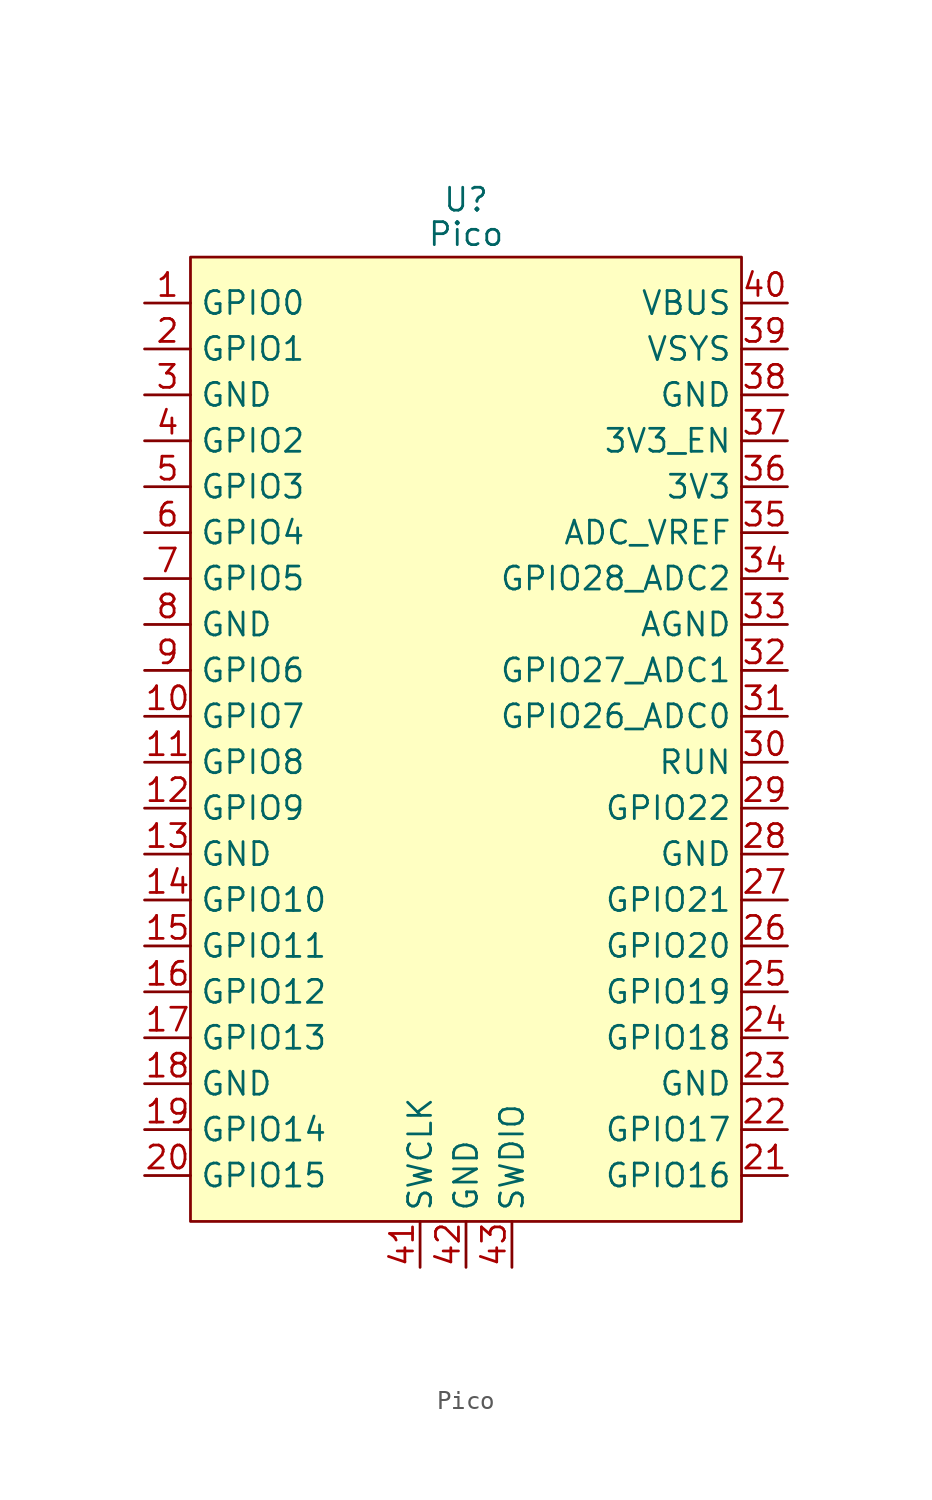
<source format=kicad_sym>
(kicad_symbol_lib
  (version 20211014)
  (generator kicad_symbol_editor)
  (symbol "Pico"
    (property "Reference" "U"
      (at 0 29.845 0)
      (effects (font (size 1.27 1.27))))
    (property "Value" "Pico"
      (at 0 27.94 0)
      (effects (font (size 1.27 1.27))))
    (symbol "Pico_0_1"
      (rectangle (start -15.24 26.67) (end 15.24 -26.67) (stroke (width 0) (type default) (color 0 0 0 0)) (fill (type background))))
    (symbol "Pico_1_1"
      (pin bidirectional line (at -17.78 24.13 0) (length 2.54) (name "GPIO0" (effects (font (size 1.27 1.27)))) (number "1" (effects (font (size 1.27 1.27)))))
      (pin bidirectional line (at -17.78 1.27 0) (length 2.54) (name "GPIO7" (effects (font (size 1.27 1.27)))) (number "10" (effects (font (size 1.27 1.27)))))
      (pin bidirectional line (at -17.78 -1.27 0) (length 2.54) (name "GPIO8" (effects (font (size 1.27 1.27)))) (number "11" (effects (font (size 1.27 1.27)))))
      (pin bidirectional line (at -17.78 -3.81 0) (length 2.54) (name "GPIO9" (effects (font (size 1.27 1.27)))) (number "12" (effects (font (size 1.27 1.27)))))
      (pin power_in line (at -17.78 -6.35 0) (length 2.54) (name "GND" (effects (font (size 1.27 1.27)))) (number "13" (effects (font (size 1.27 1.27)))))
      (pin bidirectional line (at -17.78 -8.89 0) (length 2.54) (name "GPIO10" (effects (font (size 1.27 1.27)))) (number "14" (effects (font (size 1.27 1.27)))))
      (pin bidirectional line (at -17.78 -11.43 0) (length 2.54) (name "GPIO11" (effects (font (size 1.27 1.27)))) (number "15" (effects (font (size 1.27 1.27)))))
      (pin bidirectional line (at -17.78 -13.97 0) (length 2.54) (name "GPIO12" (effects (font (size 1.27 1.27)))) (number "16" (effects (font (size 1.27 1.27)))))
      (pin bidirectional line (at -17.78 -16.51 0) (length 2.54) (name "GPIO13" (effects (font (size 1.27 1.27)))) (number "17" (effects (font (size 1.27 1.27)))))
      (pin power_in line (at -17.78 -19.05 0) (length 2.54) (name "GND" (effects (font (size 1.27 1.27)))) (number "18" (effects (font (size 1.27 1.27)))))
      (pin bidirectional line (at -17.78 -21.59 0) (length 2.54) (name "GPIO14" (effects (font (size 1.27 1.27)))) (number "19" (effects (font (size 1.27 1.27)))))
      (pin bidirectional line (at -17.78 21.59 0) (length 2.54) (name "GPIO1" (effects (font (size 1.27 1.27)))) (number "2" (effects (font (size 1.27 1.27)))))
      (pin bidirectional line (at -17.78 -24.13 0) (length 2.54) (name "GPIO15" (effects (font (size 1.27 1.27)))) (number "20" (effects (font (size 1.27 1.27)))))
      (pin bidirectional line (at 17.78 -24.13 180) (length 2.54) (name "GPIO16" (effects (font (size 1.27 1.27)))) (number "21" (effects (font (size 1.27 1.27)))))
      (pin bidirectional line (at 17.78 -21.59 180) (length 2.54) (name "GPIO17" (effects (font (size 1.27 1.27)))) (number "22" (effects (font (size 1.27 1.27)))))
      (pin power_in line (at 17.78 -19.05 180) (length 2.54) (name "GND" (effects (font (size 1.27 1.27)))) (number "23" (effects (font (size 1.27 1.27)))))
      (pin bidirectional line (at 17.78 -16.51 180) (length 2.54) (name "GPIO18" (effects (font (size 1.27 1.27)))) (number "24" (effects (font (size 1.27 1.27)))))
      (pin bidirectional line (at 17.78 -13.97 180) (length 2.54) (name "GPIO19" (effects (font (size 1.27 1.27)))) (number "25" (effects (font (size 1.27 1.27)))))
      (pin bidirectional line (at 17.78 -11.43 180) (length 2.54) (name "GPIO20" (effects (font (size 1.27 1.27)))) (number "26" (effects (font (size 1.27 1.27)))))
      (pin bidirectional line (at 17.78 -8.89 180) (length 2.54) (name "GPIO21" (effects (font (size 1.27 1.27)))) (number "27" (effects (font (size 1.27 1.27)))))
      (pin power_in line (at 17.78 -6.35 180) (length 2.54) (name "GND" (effects (font (size 1.27 1.27)))) (number "28" (effects (font (size 1.27 1.27)))))
      (pin bidirectional line (at 17.78 -3.81 180) (length 2.54) (name "GPIO22" (effects (font (size 1.27 1.27)))) (number "29" (effects (font (size 1.27 1.27)))))
      (pin power_in line (at -17.78 19.05 0) (length 2.54) (name "GND" (effects (font (size 1.27 1.27)))) (number "3" (effects (font (size 1.27 1.27)))))
      (pin input line (at 17.78 -1.27 180) (length 2.54) (name "RUN" (effects (font (size 1.27 1.27)))) (number "30" (effects (font (size 1.27 1.27)))))
      (pin bidirectional line (at 17.78 1.27 180) (length 2.54) (name "GPIO26_ADC0" (effects (font (size 1.27 1.27)))) (number "31" (effects (font (size 1.27 1.27)))))
      (pin bidirectional line (at 17.78 3.81 180) (length 2.54) (name "GPIO27_ADC1" (effects (font (size 1.27 1.27)))) (number "32" (effects (font (size 1.27 1.27)))))
      (pin power_in line (at 17.78 6.35 180) (length 2.54) (name "AGND" (effects (font (size 1.27 1.27)))) (number "33" (effects (font (size 1.27 1.27)))))
      (pin bidirectional line (at 17.78 8.89 180) (length 2.54) (name "GPIO28_ADC2" (effects (font (size 1.27 1.27)))) (number "34" (effects (font (size 1.27 1.27)))))
      (pin power_in line (at 17.78 11.43 180) (length 2.54) (name "ADC_VREF" (effects (font (size 1.27 1.27)))) (number "35" (effects (font (size 1.27 1.27)))))
      (pin power_in line (at 17.78 13.97 180) (length 2.54) (name "3V3" (effects (font (size 1.27 1.27)))) (number "36" (effects (font (size 1.27 1.27)))))
      (pin input line (at 17.78 16.51 180) (length 2.54) (name "3V3_EN" (effects (font (size 1.27 1.27)))) (number "37" (effects (font (size 1.27 1.27)))))
      (pin bidirectional line (at 17.78 19.05 180) (length 2.54) (name "GND" (effects (font (size 1.27 1.27)))) (number "38" (effects (font (size 1.27 1.27)))))
      (pin power_in line (at 17.78 21.59 180) (length 2.54) (name "VSYS" (effects (font (size 1.27 1.27)))) (number "39" (effects (font (size 1.27 1.27)))))
      (pin bidirectional line (at -17.78 16.51 0) (length 2.54) (name "GPIO2" (effects (font (size 1.27 1.27)))) (number "4" (effects (font (size 1.27 1.27)))))
      (pin power_in line (at 17.78 24.13 180) (length 2.54) (name "VBUS" (effects (font (size 1.27 1.27)))) (number "40" (effects (font (size 1.27 1.27)))))
      (pin input line (at -2.54 -29.21 90) (length 2.54) (name "SWCLK" (effects (font (size 1.27 1.27)))) (number "41" (effects (font (size 1.27 1.27)))))
      (pin power_in line (at 0 -29.21 90) (length 2.54) (name "GND" (effects (font (size 1.27 1.27)))) (number "42" (effects (font (size 1.27 1.27)))))
      (pin bidirectional line (at 2.54 -29.21 90) (length 2.54) (name "SWDIO" (effects (font (size 1.27 1.27)))) (number "43" (effects (font (size 1.27 1.27)))))
      (pin bidirectional line (at -17.78 13.97 0) (length 2.54) (name "GPIO3" (effects (font (size 1.27 1.27)))) (number "5" (effects (font (size 1.27 1.27)))))
      (pin bidirectional line (at -17.78 11.43 0) (length 2.54) (name "GPIO4" (effects (font (size 1.27 1.27)))) (number "6" (effects (font (size 1.27 1.27)))))
      (pin bidirectional line (at -17.78 8.89 0) (length 2.54) (name "GPIO5" (effects (font (size 1.27 1.27)))) (number "7" (effects (font (size 1.27 1.27)))))
      (pin power_in line (at -17.78 6.35 0) (length 2.54) (name "GND" (effects (font (size 1.27 1.27)))) (number "8" (effects (font (size 1.27 1.27)))))
      (pin bidirectional line (at -17.78 3.81 0) (length 2.54) (name "GPIO6" (effects (font (size 1.27 1.27)))) (number "9" (effects (font (size 1.27 1.27))))))))
</source>
